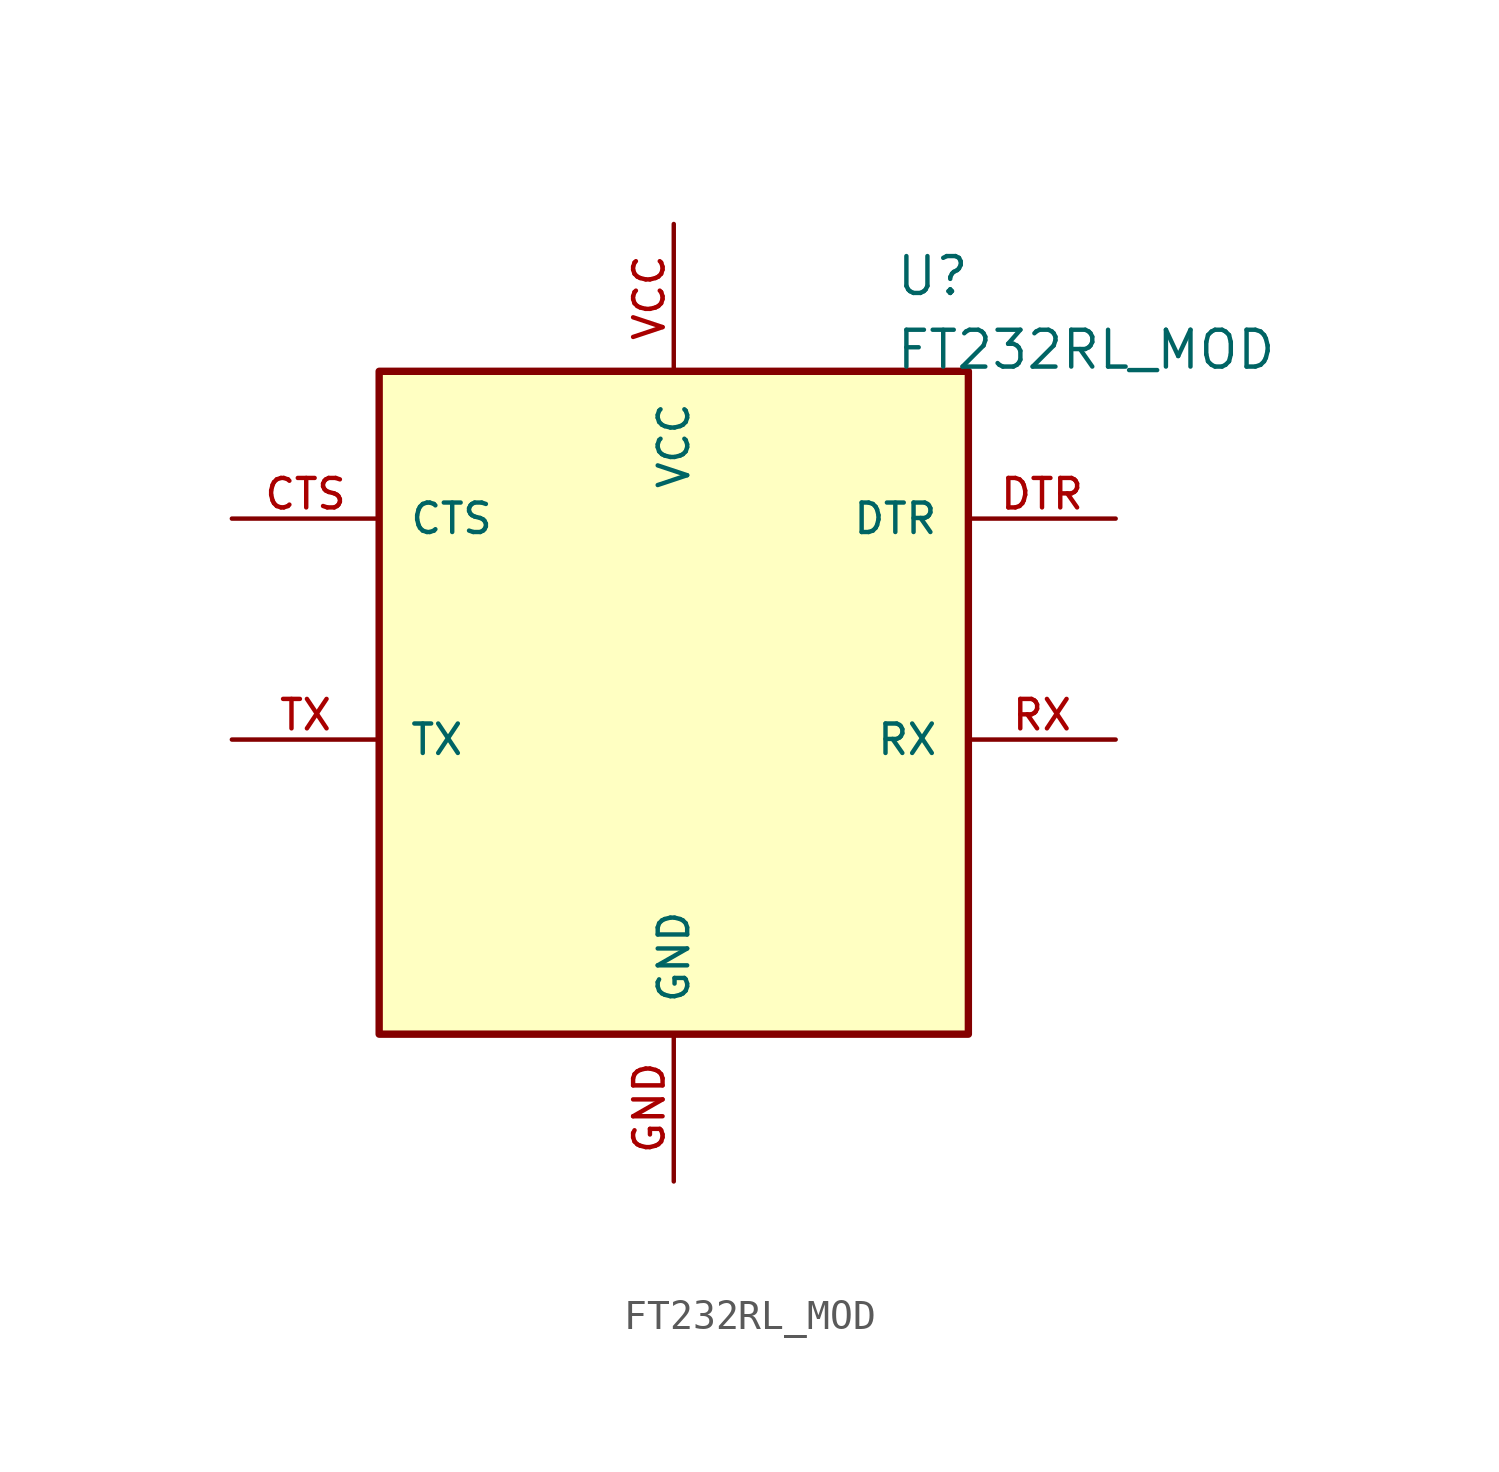
<source format=kicad_sym>
(kicad_symbol_lib
  (version 20241209)
  (generator "kicad_symbol_editor")
  (generator_version "9.0")
  (symbol "FT232RL_MOD"
    (pin_names
      (offset 1.016))
    (property "Reference" "U"
      (at 10.16 15.24 0)
      (effects (font (size 1.27 1.27)) (justify left bottom)))
    (property "Value" "FT232RL_MOD"
      (at 10.16 12.7 0)
      (effects (font (size 1.27 1.27)) (justify left bottom)))
    (symbol "FT232RL_MOD_0_0"
      (rectangle (start -7.62 12.7) (end 12.7 -10.16) (stroke (width 0.254) (type default)) (fill (type background)))
      (pin input line (at -12.7 7.62 0) (length 5.08) (name "CTS" (effects (font (size 1.016 1.016)))) (number "CTS" (effects (font (size 1.016 1.016)))))
      (pin output line (at -12.7 0 0) (length 5.08) (name "TX" (effects (font (size 1.016 1.016)))) (number "TX" (effects (font (size 1.016 1.016)))))
      (pin power_in line (at 2.54 17.78 270) (length 5.08) (name "VCC" (effects (font (size 1.016 1.016)))) (number "VCC" (effects (font (size 1.016 1.016)))))
      (pin power_in line (at 2.54 -15.24 90) (length 5.08) (name "GND" (effects (font (size 1.016 1.016)))) (number "GND" (effects (font (size 1.016 1.016)))))
      (pin output line (at 17.78 7.62 180) (length 5.08) (name "DTR" (effects (font (size 1.016 1.016)))) (number "DTR" (effects (font (size 1.016 1.016)))))
      (pin input line (at 17.78 0 180) (length 5.08) (name "RX" (effects (font (size 1.016 1.016)))) (number "RX" (effects (font (size 1.016 1.016))))))))
</source>
